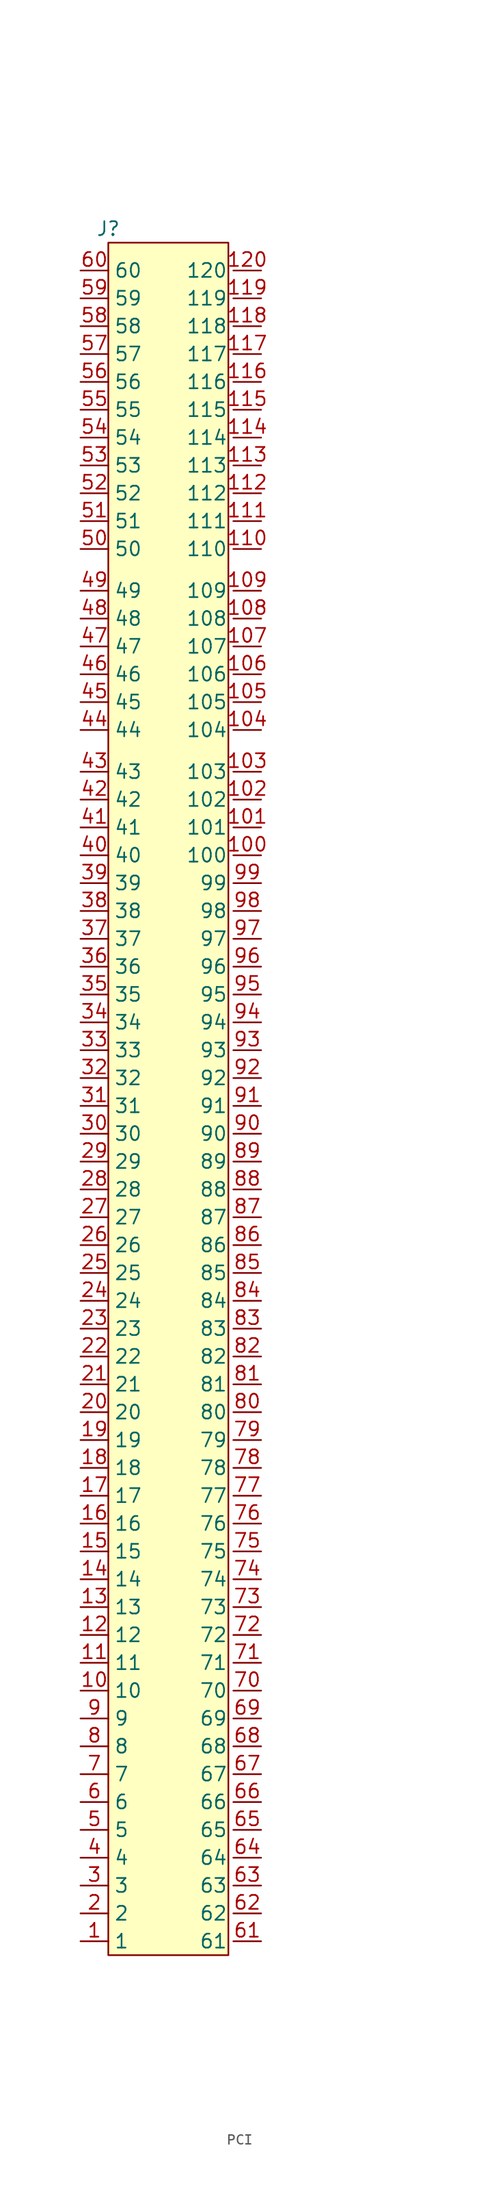
<source format=kicad_sym>
(kicad_symbol_lib
  (version 20220914)
  (generator kicad_symbol_editor)
  (symbol "PCI"
    (property "Reference" "J"
      (at -5.08 85.09 0)
      (effects (font (size 1.27 1.27))))
    (property "Value" ""
      (at 21.59 48.26 0)
      (effects (font (size 1.27 1.27))))
    (symbol "PCI_0_1"
      (rectangle (start -5.08 83.82) (end 5.896 -72.39) (stroke (width 0) (type default)) (fill (type background))))
    (symbol "PCI_1_1"
      (pin input line (at -7.62 -71.12 0) (length 2.54) (name "1" (effects (font (size 1.27 1.27)))) (number "1" (effects (font (size 1.27 1.27)))))
      (pin input line (at -7.62 -48.26 0) (length 2.54) (name "10" (effects (font (size 1.27 1.27)))) (number "10" (effects (font (size 1.27 1.27)))))
      (pin input line (at 8.89 27.94 180) (length 2.54) (name "100" (effects (font (size 1.27 1.27)))) (number "100" (effects (font (size 1.27 1.27)))))
      (pin input line (at 8.89 30.48 180) (length 2.54) (name "101" (effects (font (size 1.27 1.27)))) (number "101" (effects (font (size 1.27 1.27)))))
      (pin input line (at 8.89 33.02 180) (length 2.54) (name "102" (effects (font (size 1.27 1.27)))) (number "102" (effects (font (size 1.27 1.27)))))
      (pin input line (at 8.89 35.56 180) (length 2.54) (name "103" (effects (font (size 1.27 1.27)))) (number "103" (effects (font (size 1.27 1.27)))))
      (pin input line (at 8.89 39.37 180) (length 2.54) (name "104" (effects (font (size 1.27 1.27)))) (number "104" (effects (font (size 1.27 1.27)))))
      (pin input line (at 8.89 41.91 180) (length 2.54) (name "105" (effects (font (size 1.27 1.27)))) (number "105" (effects (font (size 1.27 1.27)))))
      (pin input line (at 8.89 44.45 180) (length 2.54) (name "106" (effects (font (size 1.27 1.27)))) (number "106" (effects (font (size 1.27 1.27)))))
      (pin input line (at 8.89 46.99 180) (length 2.54) (name "107" (effects (font (size 1.27 1.27)))) (number "107" (effects (font (size 1.27 1.27)))))
      (pin input line (at 8.89 49.53 180) (length 2.54) (name "108" (effects (font (size 1.27 1.27)))) (number "108" (effects (font (size 1.27 1.27)))))
      (pin input line (at 8.89 52.07 180) (length 2.54) (name "109" (effects (font (size 1.27 1.27)))) (number "109" (effects (font (size 1.27 1.27)))))
      (pin input line (at -7.62 -45.72 0) (length 2.54) (name "11" (effects (font (size 1.27 1.27)))) (number "11" (effects (font (size 1.27 1.27)))))
      (pin input line (at 8.89 55.88 180) (length 2.54) (name "110" (effects (font (size 1.27 1.27)))) (number "110" (effects (font (size 1.27 1.27)))))
      (pin input line (at 8.89 58.42 180) (length 2.54) (name "111" (effects (font (size 1.27 1.27)))) (number "111" (effects (font (size 1.27 1.27)))))
      (pin input line (at 8.89 60.96 180) (length 2.54) (name "112" (effects (font (size 1.27 1.27)))) (number "112" (effects (font (size 1.27 1.27)))))
      (pin input line (at 8.89 63.5 180) (length 2.54) (name "113" (effects (font (size 1.27 1.27)))) (number "113" (effects (font (size 1.27 1.27)))))
      (pin input line (at 8.89 66.04 180) (length 2.54) (name "114" (effects (font (size 1.27 1.27)))) (number "114" (effects (font (size 1.27 1.27)))))
      (pin input line (at 8.89 68.58 180) (length 2.54) (name "115" (effects (font (size 1.27 1.27)))) (number "115" (effects (font (size 1.27 1.27)))))
      (pin input line (at 8.89 71.12 180) (length 2.54) (name "116" (effects (font (size 1.27 1.27)))) (number "116" (effects (font (size 1.27 1.27)))))
      (pin input line (at 8.89 73.66 180) (length 2.54) (name "117" (effects (font (size 1.27 1.27)))) (number "117" (effects (font (size 1.27 1.27)))))
      (pin input line (at 8.89 76.2 180) (length 2.54) (name "118" (effects (font (size 1.27 1.27)))) (number "118" (effects (font (size 1.27 1.27)))))
      (pin input line (at 8.89 78.74 180) (length 2.54) (name "119" (effects (font (size 1.27 1.27)))) (number "119" (effects (font (size 1.27 1.27)))))
      (pin input line (at -7.62 -43.18 0) (length 2.54) (name "12" (effects (font (size 1.27 1.27)))) (number "12" (effects (font (size 1.27 1.27)))))
      (pin input line (at 8.89 81.28 180) (length 2.54) (name "120" (effects (font (size 1.27 1.27)))) (number "120" (effects (font (size 1.27 1.27)))))
      (pin input line (at -7.62 -40.64 0) (length 2.54) (name "13" (effects (font (size 1.27 1.27)))) (number "13" (effects (font (size 1.27 1.27)))))
      (pin input line (at -7.62 -38.1 0) (length 2.54) (name "14" (effects (font (size 1.27 1.27)))) (number "14" (effects (font (size 1.27 1.27)))))
      (pin input line (at -7.62 -35.56 0) (length 2.54) (name "15" (effects (font (size 1.27 1.27)))) (number "15" (effects (font (size 1.27 1.27)))))
      (pin input line (at -7.62 -33.02 0) (length 2.54) (name "16" (effects (font (size 1.27 1.27)))) (number "16" (effects (font (size 1.27 1.27)))))
      (pin input line (at -7.62 -30.48 0) (length 2.54) (name "17" (effects (font (size 1.27 1.27)))) (number "17" (effects (font (size 1.27 1.27)))))
      (pin input line (at -7.62 -27.94 0) (length 2.54) (name "18" (effects (font (size 1.27 1.27)))) (number "18" (effects (font (size 1.27 1.27)))))
      (pin input line (at -7.62 -25.4 0) (length 2.54) (name "19" (effects (font (size 1.27 1.27)))) (number "19" (effects (font (size 1.27 1.27)))))
      (pin input line (at -7.62 -68.58 0) (length 2.54) (name "2" (effects (font (size 1.27 1.27)))) (number "2" (effects (font (size 1.27 1.27)))))
      (pin input line (at -7.62 -22.86 0) (length 2.54) (name "20" (effects (font (size 1.27 1.27)))) (number "20" (effects (font (size 1.27 1.27)))))
      (pin input line (at -7.62 -20.32 0) (length 2.54) (name "21" (effects (font (size 1.27 1.27)))) (number "21" (effects (font (size 1.27 1.27)))))
      (pin input line (at -7.62 -17.78 0) (length 2.54) (name "22" (effects (font (size 1.27 1.27)))) (number "22" (effects (font (size 1.27 1.27)))))
      (pin input line (at -7.62 -15.24 0) (length 2.54) (name "23" (effects (font (size 1.27 1.27)))) (number "23" (effects (font (size 1.27 1.27)))))
      (pin input line (at -7.62 -12.7 0) (length 2.54) (name "24" (effects (font (size 1.27 1.27)))) (number "24" (effects (font (size 1.27 1.27)))))
      (pin input line (at -7.62 -10.16 0) (length 2.54) (name "25" (effects (font (size 1.27 1.27)))) (number "25" (effects (font (size 1.27 1.27)))))
      (pin input line (at -7.62 -7.62 0) (length 2.54) (name "26" (effects (font (size 1.27 1.27)))) (number "26" (effects (font (size 1.27 1.27)))))
      (pin input line (at -7.62 -5.08 0) (length 2.54) (name "27" (effects (font (size 1.27 1.27)))) (number "27" (effects (font (size 1.27 1.27)))))
      (pin input line (at -7.62 -2.54 0) (length 2.54) (name "28" (effects (font (size 1.27 1.27)))) (number "28" (effects (font (size 1.27 1.27)))))
      (pin input line (at -7.62 0 0) (length 2.54) (name "29" (effects (font (size 1.27 1.27)))) (number "29" (effects (font (size 1.27 1.27)))))
      (pin input line (at -7.62 -66.04 0) (length 2.54) (name "3" (effects (font (size 1.27 1.27)))) (number "3" (effects (font (size 1.27 1.27)))))
      (pin input line (at -7.62 2.54 0) (length 2.54) (name "30" (effects (font (size 1.27 1.27)))) (number "30" (effects (font (size 1.27 1.27)))))
      (pin input line (at -7.62 5.08 0) (length 2.54) (name "31" (effects (font (size 1.27 1.27)))) (number "31" (effects (font (size 1.27 1.27)))))
      (pin input line (at -7.62 7.62 0) (length 2.54) (name "32" (effects (font (size 1.27 1.27)))) (number "32" (effects (font (size 1.27 1.27)))))
      (pin input line (at -7.62 10.16 0) (length 2.54) (name "33" (effects (font (size 1.27 1.27)))) (number "33" (effects (font (size 1.27 1.27)))))
      (pin input line (at -7.62 12.7 0) (length 2.54) (name "34" (effects (font (size 1.27 1.27)))) (number "34" (effects (font (size 1.27 1.27)))))
      (pin input line (at -7.62 15.24 0) (length 2.54) (name "35" (effects (font (size 1.27 1.27)))) (number "35" (effects (font (size 1.27 1.27)))))
      (pin input line (at -7.62 17.78 0) (length 2.54) (name "36" (effects (font (size 1.27 1.27)))) (number "36" (effects (font (size 1.27 1.27)))))
      (pin input line (at -7.62 20.32 0) (length 2.54) (name "37" (effects (font (size 1.27 1.27)))) (number "37" (effects (font (size 1.27 1.27)))))
      (pin input line (at -7.62 22.86 0) (length 2.54) (name "38" (effects (font (size 1.27 1.27)))) (number "38" (effects (font (size 1.27 1.27)))))
      (pin input line (at -7.62 25.4 0) (length 2.54) (name "39" (effects (font (size 1.27 1.27)))) (number "39" (effects (font (size 1.27 1.27)))))
      (pin input line (at -7.62 -63.5 0) (length 2.54) (name "4" (effects (font (size 1.27 1.27)))) (number "4" (effects (font (size 1.27 1.27)))))
      (pin input line (at -7.62 27.94 0) (length 2.54) (name "40" (effects (font (size 1.27 1.27)))) (number "40" (effects (font (size 1.27 1.27)))))
      (pin input line (at -7.62 30.48 0) (length 2.54) (name "41" (effects (font (size 1.27 1.27)))) (number "41" (effects (font (size 1.27 1.27)))))
      (pin input line (at -7.62 33.02 0) (length 2.54) (name "42" (effects (font (size 1.27 1.27)))) (number "42" (effects (font (size 1.27 1.27)))))
      (pin input line (at -7.62 35.56 0) (length 2.54) (name "43" (effects (font (size 1.27 1.27)))) (number "43" (effects (font (size 1.27 1.27)))))
      (pin input line (at -7.62 39.37 0) (length 2.54) (name "44" (effects (font (size 1.27 1.27)))) (number "44" (effects (font (size 1.27 1.27)))))
      (pin input line (at -7.62 41.91 0) (length 2.54) (name "45" (effects (font (size 1.27 1.27)))) (number "45" (effects (font (size 1.27 1.27)))))
      (pin input line (at -7.62 44.45 0) (length 2.54) (name "46" (effects (font (size 1.27 1.27)))) (number "46" (effects (font (size 1.27 1.27)))))
      (pin input line (at -7.62 46.99 0) (length 2.54) (name "47" (effects (font (size 1.27 1.27)))) (number "47" (effects (font (size 1.27 1.27)))))
      (pin input line (at -7.62 49.53 0) (length 2.54) (name "48" (effects (font (size 1.27 1.27)))) (number "48" (effects (font (size 1.27 1.27)))))
      (pin input line (at -7.62 52.07 0) (length 2.54) (name "49" (effects (font (size 1.27 1.27)))) (number "49" (effects (font (size 1.27 1.27)))))
      (pin input line (at -7.62 -60.96 0) (length 2.54) (name "5" (effects (font (size 1.27 1.27)))) (number "5" (effects (font (size 1.27 1.27)))))
      (pin input line (at -7.62 55.88 0) (length 2.54) (name "50" (effects (font (size 1.27 1.27)))) (number "50" (effects (font (size 1.27 1.27)))))
      (pin input line (at -7.62 58.42 0) (length 2.54) (name "51" (effects (font (size 1.27 1.27)))) (number "51" (effects (font (size 1.27 1.27)))))
      (pin input line (at -7.62 60.96 0) (length 2.54) (name "52" (effects (font (size 1.27 1.27)))) (number "52" (effects (font (size 1.27 1.27)))))
      (pin input line (at -7.62 63.5 0) (length 2.54) (name "53" (effects (font (size 1.27 1.27)))) (number "53" (effects (font (size 1.27 1.27)))))
      (pin input line (at -7.62 66.04 0) (length 2.54) (name "54" (effects (font (size 1.27 1.27)))) (number "54" (effects (font (size 1.27 1.27)))))
      (pin input line (at -7.62 68.58 0) (length 2.54) (name "55" (effects (font (size 1.27 1.27)))) (number "55" (effects (font (size 1.27 1.27)))))
      (pin input line (at -7.62 71.12 0) (length 2.54) (name "56" (effects (font (size 1.27 1.27)))) (number "56" (effects (font (size 1.27 1.27)))))
      (pin input line (at -7.62 73.66 0) (length 2.54) (name "57" (effects (font (size 1.27 1.27)))) (number "57" (effects (font (size 1.27 1.27)))))
      (pin input line (at -7.62 76.2 0) (length 2.54) (name "58" (effects (font (size 1.27 1.27)))) (number "58" (effects (font (size 1.27 1.27)))))
      (pin input line (at -7.62 78.74 0) (length 2.54) (name "59" (effects (font (size 1.27 1.27)))) (number "59" (effects (font (size 1.27 1.27)))))
      (pin input line (at -7.62 -58.42 0) (length 2.54) (name "6" (effects (font (size 1.27 1.27)))) (number "6" (effects (font (size 1.27 1.27)))))
      (pin input line (at -7.62 81.28 0) (length 2.54) (name "60" (effects (font (size 1.27 1.27)))) (number "60" (effects (font (size 1.27 1.27)))))
      (pin input line (at 8.89 -71.12 180) (length 2.54) (name "61" (effects (font (size 1.27 1.27)))) (number "61" (effects (font (size 1.27 1.27)))))
      (pin input line (at 8.89 -68.58 180) (length 2.54) (name "62" (effects (font (size 1.27 1.27)))) (number "62" (effects (font (size 1.27 1.27)))))
      (pin input line (at 8.89 -66.04 180) (length 2.54) (name "63" (effects (font (size 1.27 1.27)))) (number "63" (effects (font (size 1.27 1.27)))))
      (pin input line (at 8.89 -63.5 180) (length 2.54) (name "64" (effects (font (size 1.27 1.27)))) (number "64" (effects (font (size 1.27 1.27)))))
      (pin input line (at 8.89 -60.96 180) (length 2.54) (name "65" (effects (font (size 1.27 1.27)))) (number "65" (effects (font (size 1.27 1.27)))))
      (pin input line (at 8.89 -58.42 180) (length 2.54) (name "66" (effects (font (size 1.27 1.27)))) (number "66" (effects (font (size 1.27 1.27)))))
      (pin input line (at 8.89 -55.88 180) (length 2.54) (name "67" (effects (font (size 1.27 1.27)))) (number "67" (effects (font (size 1.27 1.27)))))
      (pin input line (at 8.89 -53.34 180) (length 2.54) (name "68" (effects (font (size 1.27 1.27)))) (number "68" (effects (font (size 1.27 1.27)))))
      (pin input line (at 8.89 -50.8 180) (length 2.54) (name "69" (effects (font (size 1.27 1.27)))) (number "69" (effects (font (size 1.27 1.27)))))
      (pin input line (at -7.62 -55.88 0) (length 2.54) (name "7" (effects (font (size 1.27 1.27)))) (number "7" (effects (font (size 1.27 1.27)))))
      (pin input line (at 8.89 -48.26 180) (length 2.54) (name "70" (effects (font (size 1.27 1.27)))) (number "70" (effects (font (size 1.27 1.27)))))
      (pin input line (at 8.89 -45.72 180) (length 2.54) (name "71" (effects (font (size 1.27 1.27)))) (number "71" (effects (font (size 1.27 1.27)))))
      (pin input line (at 8.89 -43.18 180) (length 2.54) (name "72" (effects (font (size 1.27 1.27)))) (number "72" (effects (font (size 1.27 1.27)))))
      (pin input line (at 8.89 -40.64 180) (length 2.54) (name "73" (effects (font (size 1.27 1.27)))) (number "73" (effects (font (size 1.27 1.27)))))
      (pin input line (at 8.89 -38.1 180) (length 2.54) (name "74" (effects (font (size 1.27 1.27)))) (number "74" (effects (font (size 1.27 1.27)))))
      (pin input line (at 8.89 -35.56 180) (length 2.54) (name "75" (effects (font (size 1.27 1.27)))) (number "75" (effects (font (size 1.27 1.27)))))
      (pin input line (at 8.89 -33.02 180) (length 2.54) (name "76" (effects (font (size 1.27 1.27)))) (number "76" (effects (font (size 1.27 1.27)))))
      (pin input line (at 8.89 -30.48 180) (length 2.54) (name "77" (effects (font (size 1.27 1.27)))) (number "77" (effects (font (size 1.27 1.27)))))
      (pin input line (at 8.89 -27.94 180) (length 2.54) (name "78" (effects (font (size 1.27 1.27)))) (number "78" (effects (font (size 1.27 1.27)))))
      (pin input line (at 8.89 -25.4 180) (length 2.54) (name "79" (effects (font (size 1.27 1.27)))) (number "79" (effects (font (size 1.27 1.27)))))
      (pin input line (at -7.62 -53.34 0) (length 2.54) (name "8" (effects (font (size 1.27 1.27)))) (number "8" (effects (font (size 1.27 1.27)))))
      (pin input line (at 8.89 -22.86 180) (length 2.54) (name "80" (effects (font (size 1.27 1.27)))) (number "80" (effects (font (size 1.27 1.27)))))
      (pin input line (at 8.89 -20.32 180) (length 2.54) (name "81" (effects (font (size 1.27 1.27)))) (number "81" (effects (font (size 1.27 1.27)))))
      (pin input line (at 8.89 -17.78 180) (length 2.54) (name "82" (effects (font (size 1.27 1.27)))) (number "82" (effects (font (size 1.27 1.27)))))
      (pin input line (at 8.89 -15.24 180) (length 2.54) (name "83" (effects (font (size 1.27 1.27)))) (number "83" (effects (font (size 1.27 1.27)))))
      (pin input line (at 8.89 -12.7 180) (length 2.54) (name "84" (effects (font (size 1.27 1.27)))) (number "84" (effects (font (size 1.27 1.27)))))
      (pin input line (at 8.89 -10.16 180) (length 2.54) (name "85" (effects (font (size 1.27 1.27)))) (number "85" (effects (font (size 1.27 1.27)))))
      (pin input line (at 8.89 -7.62 180) (length 2.54) (name "86" (effects (font (size 1.27 1.27)))) (number "86" (effects (font (size 1.27 1.27)))))
      (pin input line (at 8.89 -5.08 180) (length 2.54) (name "87" (effects (font (size 1.27 1.27)))) (number "87" (effects (font (size 1.27 1.27)))))
      (pin input line (at 8.89 -2.54 180) (length 2.54) (name "88" (effects (font (size 1.27 1.27)))) (number "88" (effects (font (size 1.27 1.27)))))
      (pin input line (at 8.89 0 180) (length 2.54) (name "89" (effects (font (size 1.27 1.27)))) (number "89" (effects (font (size 1.27 1.27)))))
      (pin input line (at -7.62 -50.8 0) (length 2.54) (name "9" (effects (font (size 1.27 1.27)))) (number "9" (effects (font (size 1.27 1.27)))))
      (pin input line (at 8.89 2.54 180) (length 2.54) (name "90" (effects (font (size 1.27 1.27)))) (number "90" (effects (font (size 1.27 1.27)))))
      (pin input line (at 8.89 5.08 180) (length 2.54) (name "91" (effects (font (size 1.27 1.27)))) (number "91" (effects (font (size 1.27 1.27)))))
      (pin input line (at 8.89 7.62 180) (length 2.54) (name "92" (effects (font (size 1.27 1.27)))) (number "92" (effects (font (size 1.27 1.27)))))
      (pin input line (at 8.89 10.16 180) (length 2.54) (name "93" (effects (font (size 1.27 1.27)))) (number "93" (effects (font (size 1.27 1.27)))))
      (pin input line (at 8.89 12.7 180) (length 2.54) (name "94" (effects (font (size 1.27 1.27)))) (number "94" (effects (font (size 1.27 1.27)))))
      (pin input line (at 8.89 15.24 180) (length 2.54) (name "95" (effects (font (size 1.27 1.27)))) (number "95" (effects (font (size 1.27 1.27)))))
      (pin input line (at 8.89 17.78 180) (length 2.54) (name "96" (effects (font (size 1.27 1.27)))) (number "96" (effects (font (size 1.27 1.27)))))
      (pin input line (at 8.89 20.32 180) (length 2.54) (name "97" (effects (font (size 1.27 1.27)))) (number "97" (effects (font (size 1.27 1.27)))))
      (pin input line (at 8.89 22.86 180) (length 2.54) (name "98" (effects (font (size 1.27 1.27)))) (number "98" (effects (font (size 1.27 1.27)))))
      (pin input line (at 8.89 25.4 180) (length 2.54) (name "99" (effects (font (size 1.27 1.27)))) (number "99" (effects (font (size 1.27 1.27))))))))
</source>
